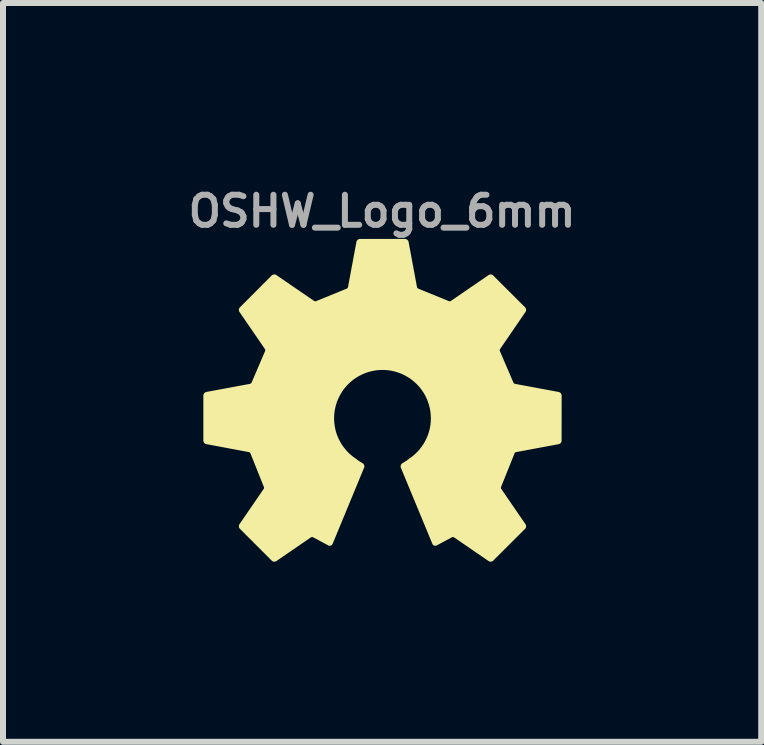
<source format=kicad_pcb>
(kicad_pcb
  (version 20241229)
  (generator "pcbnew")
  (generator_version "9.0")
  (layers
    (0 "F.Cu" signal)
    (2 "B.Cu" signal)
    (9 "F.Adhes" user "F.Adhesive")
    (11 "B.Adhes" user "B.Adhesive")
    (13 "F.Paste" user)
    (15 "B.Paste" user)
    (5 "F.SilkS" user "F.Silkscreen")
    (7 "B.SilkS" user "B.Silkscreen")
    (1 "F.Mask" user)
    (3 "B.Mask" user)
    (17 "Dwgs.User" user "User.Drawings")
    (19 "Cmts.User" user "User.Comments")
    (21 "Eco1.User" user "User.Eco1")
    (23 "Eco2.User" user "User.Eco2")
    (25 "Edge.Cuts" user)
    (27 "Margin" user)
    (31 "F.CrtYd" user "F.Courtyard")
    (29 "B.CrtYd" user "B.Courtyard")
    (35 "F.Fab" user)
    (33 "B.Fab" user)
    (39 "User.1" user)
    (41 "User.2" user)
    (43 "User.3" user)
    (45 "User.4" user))
  (footprint "OSHW_Logo_6mm"
    (layer "F.Cu")
    (at 3.314 3.868)
    (property "Reference" "OSHW_Logo_6mm" (at 0 -3.4 0) (layer "F.Fab") (effects (font (size 0.5 0.5) (thickness 0.1))))
    (attr board_only exclude_from_pos_files exclude_from_bom)
    (fp_poly (pts (xy 0.383 -2.916) (xy 0.384 -2.916) (xy 0.386 -2.916) (xy 0.388 -2.916) (xy 0.389 -2.915) (xy 0.391 -2.915) (xy 0.393 -2.914) (xy 0.394 -2.914) (xy 0.396 -2.913) (xy 0.397 -2.912) (xy 0.399 -2.912) (xy 0.4 -2.911) (xy 0.402 -2.91) (xy 0.403 -2.909) (xy 0.405 -2.908) (xy 0.406 -2.907) (xy 0.407 -2.906) (xy 0.409 -2.904) (xy 0.41 -2.903) (xy 0.411 -2.902) (xy 0.412 -2.901) (xy 0.413 -2.899) (xy 0.414 -2.898) (xy 0.415 -2.897) (xy 0.416 -2.895) (xy 0.417 -2.894) (xy 0.417 -2.892) (xy 0.418 -2.89) (xy 0.419 -2.889) (xy 0.419 -2.887) (xy 0.42 -2.886) (xy 0.42 -2.884) (xy 0.56 -2.132) (xy 0.56 -2.13) (xy 0.561 -2.128) (xy 0.562 -2.125) (xy 0.563 -2.122) (xy 0.565 -2.118) (xy 0.567 -2.115) (xy 0.569 -2.112) (xy 0.571 -2.109) (xy 0.573 -2.106) (xy 0.576 -2.103) (xy 0.579 -2.1) (xy 0.582 -2.098) (xy 0.585 -2.096) (xy 0.588 -2.094) (xy 0.591 -2.092) (xy 0.592 -2.091) (xy 0.594 -2.09) (xy 0.595 -2.09) (xy 0.597 -2.089) (xy 1.101 -1.883) (xy 1.104 -1.881) (xy 1.108 -1.88) (xy 1.111 -1.879) (xy 1.115 -1.879) (xy 1.119 -1.878) (xy 1.122 -1.878) (xy 1.126 -1.878) (xy 1.13 -1.878) (xy 1.134 -1.878) (xy 1.138 -1.879) (xy 1.141 -1.88) (xy 1.145 -1.881) (xy 1.148 -1.882) (xy 1.152 -1.883) (xy 1.155 -1.885) (xy 1.158 -1.887) (xy 1.786 -2.318) (xy 1.788 -2.319) (xy 1.789 -2.32) (xy 1.791 -2.321) (xy 1.792 -2.321) (xy 1.794 -2.322) (xy 1.795 -2.323) (xy 1.797 -2.323) (xy 1.799 -2.324) (xy 1.8 -2.324) (xy 1.802 -2.324) (xy 1.805 -2.325) (xy 1.809 -2.325) (xy 1.812 -2.324) (xy 1.816 -2.324) (xy 1.819 -2.323) (xy 1.822 -2.322) (xy 1.824 -2.322) (xy 1.825 -2.321) (xy 1.827 -2.32) (xy 1.828 -2.32) (xy 1.83 -2.319) (xy 1.831 -2.318) (xy 1.833 -2.317) (xy 1.834 -2.316) (xy 1.835 -2.315) (xy 1.836 -2.313) (xy 2.366 -1.784) (xy 2.367 -1.783) (xy 2.368 -1.782) (xy 2.369 -1.78) (xy 2.37 -1.779) (xy 2.371 -1.778) (xy 2.372 -1.776) (xy 2.373 -1.773) (xy 2.374 -1.77) (xy 2.375 -1.767) (xy 2.376 -1.763) (xy 2.377 -1.76) (xy 2.377 -1.756) (xy 2.377 -1.753) (xy 2.376 -1.75) (xy 2.376 -1.746) (xy 2.375 -1.743) (xy 2.374 -1.741) (xy 2.374 -1.74) (xy 2.373 -1.738) (xy 2.372 -1.737) (xy 2.371 -1.735) (xy 2.37 -1.734) (xy 1.947 -1.116) (xy 1.945 -1.113) (xy 1.943 -1.11) (xy 1.942 -1.107) (xy 1.941 -1.104) (xy 1.94 -1.1) (xy 1.939 -1.096) (xy 1.938 -1.092) (xy 1.938 -1.089) (xy 1.938 -1.085) (xy 1.938 -1.081) (xy 1.938 -1.077) (xy 1.939 -1.074) (xy 1.939 -1.07) (xy 1.94 -1.067) (xy 1.942 -1.063) (xy 1.943 -1.06) (xy 2.166 -0.54) (xy 2.167 -0.537) (xy 2.169 -0.534) (xy 2.171 -0.531) (xy 2.173 -0.527) (xy 2.175 -0.525) (xy 2.178 -0.522) (xy 2.18 -0.519) (xy 2.183 -0.516) (xy 2.186 -0.514) (xy 2.189 -0.512) (xy 2.192 -0.51) (xy 2.196 -0.508) (xy 2.199 -0.506) (xy 2.202 -0.505) (xy 2.206 -0.504) (xy 2.209 -0.503) (xy 2.936 -0.368) (xy 2.936 -0.368) (xy 2.938 -0.367) (xy 2.94 -0.367) (xy 2.941 -0.366) (xy 2.943 -0.366) (xy 2.944 -0.365) (xy 2.946 -0.364) (xy 2.947 -0.364) (xy 2.949 -0.363) (xy 2.952 -0.361) (xy 2.954 -0.359) (xy 2.957 -0.356) (xy 2.959 -0.354) (xy 2.961 -0.351) (xy 2.963 -0.348) (xy 2.965 -0.345) (xy 2.965 -0.344) (xy 2.966 -0.342) (xy 2.967 -0.34) (xy 2.967 -0.339) (xy 2.968 -0.337) (xy 2.968 -0.336) (xy 2.968 -0.334) (xy 2.968 -0.332) (xy 2.968 -0.331) (xy 2.969 -0.329) (xy 2.968 0.42) (xy 2.968 0.421) (xy 2.968 0.423) (xy 2.968 0.425) (xy 2.968 0.426) (xy 2.967 0.428) (xy 2.967 0.43) (xy 2.966 0.431) (xy 2.966 0.433) (xy 2.965 0.434) (xy 2.965 0.436) (xy 2.964 0.438) (xy 2.963 0.439) (xy 2.962 0.441) (xy 2.961 0.442) (xy 2.96 0.443) (xy 2.959 0.445) (xy 2.958 0.446) (xy 2.957 0.447) (xy 2.955 0.448) (xy 2.954 0.45) (xy 2.953 0.451) (xy 2.951 0.452) (xy 2.95 0.453) (xy 2.949 0.454) (xy 2.947 0.455) (xy 2.946 0.455) (xy 2.944 0.456) (xy 2.943 0.457) (xy 2.941 0.457) (xy 2.939 0.458) (xy 2.938 0.458) (xy 2.936 0.459) (xy 2.227 0.591) (xy 2.225 0.591) (xy 2.223 0.591) (xy 2.222 0.592) (xy 2.22 0.592) (xy 2.217 0.594) (xy 2.213 0.595) (xy 2.21 0.597) (xy 2.207 0.599) (xy 2.204 0.602) (xy 2.201 0.604) (xy 2.198 0.607) (xy 2.196 0.609) (xy 2.193 0.612) (xy 2.191 0.615) (xy 2.189 0.618) (xy 2.187 0.621) (xy 2.186 0.625) (xy 2.185 0.626) (xy 2.185 0.628) (xy 1.963 1.181) (xy 1.962 1.184) (xy 1.961 1.188) (xy 1.96 1.191) (xy 1.959 1.195) (xy 1.959 1.198) (xy 1.958 1.202) (xy 1.958 1.206) (xy 1.958 1.21) (xy 1.959 1.214) (xy 1.959 1.217) (xy 1.96 1.221) (xy 1.961 1.225) (xy 1.963 1.228) (xy 1.964 1.232) (xy 1.966 1.235) (xy 1.967 1.238) (xy 2.37 1.825) (xy 2.371 1.826) (xy 2.372 1.828) (xy 2.373 1.829) (xy 2.374 1.831) (xy 2.374 1.832) (xy 2.375 1.834) (xy 2.375 1.836) (xy 2.376 1.837) (xy 2.376 1.839) (xy 2.376 1.84) (xy 2.377 1.844) (xy 2.377 1.847) (xy 2.377 1.851) (xy 2.376 1.854) (xy 2.375 1.858) (xy 2.375 1.861) (xy 2.374 1.862) (xy 2.373 1.864) (xy 2.373 1.865) (xy 2.372 1.867) (xy 2.371 1.868) (xy 2.37 1.87) (xy 2.369 1.871) (xy 2.368 1.873) (xy 2.367 1.874) (xy 2.366 1.875) (xy 1.836 2.404) (xy 1.835 2.406) (xy 1.834 2.407) (xy 1.833 2.408) (xy 1.831 2.409) (xy 1.83 2.41) (xy 1.828 2.41) (xy 1.825 2.412) (xy 1.822 2.413) (xy 1.819 2.414) (xy 1.815 2.415) (xy 1.812 2.415) (xy 1.809 2.415) (xy 1.805 2.415) (xy 1.802 2.415) (xy 1.798 2.414) (xy 1.795 2.413) (xy 1.794 2.413) (xy 1.792 2.412) (xy 1.791 2.412) (xy 1.789 2.411) (xy 1.788 2.41) (xy 1.786 2.409) (xy 1.209 2.013) (xy 1.206 2.011) (xy 1.203 2.01) (xy 1.2 2.008) (xy 1.197 2.007) (xy 1.193 2.006) (xy 1.189 2.006) (xy 1.186 2.005) (xy 1.182 2.005) (xy 1.178 2.005) (xy 1.174 2.005) (xy 1.171 2.006) (xy 1.167 2.006) (xy 1.164 2.007) (xy 1.16 2.008) (xy 1.157 2.01) (xy 1.154 2.011) (xy 0.9 2.147) (xy 0.898 2.148) (xy 0.897 2.148) (xy 0.895 2.149) (xy 0.893 2.149) (xy 0.892 2.15) (xy 0.89 2.15) (xy 0.889 2.15) (xy 0.887 2.15) (xy 0.886 2.15) (xy 0.884 2.15) (xy 0.883 2.15) (xy 0.881 2.15) (xy 0.88 2.15) (xy 0.878 2.15) (xy 0.877 2.149) (xy 0.875 2.149) (xy 0.874 2.148) (xy 0.872 2.147) (xy 0.871 2.147) (xy 0.87 2.146) (xy 0.868 2.145) (xy 0.867 2.144) (xy 0.866 2.143) (xy 0.865 2.142) (xy 0.864 2.141) (xy 0.863 2.14) (xy 0.862 2.139) (xy 0.861 2.137) (xy 0.86 2.136) (xy 0.859 2.135) (xy 0.858 2.133) (xy 0.858 2.132) (xy 0.333 0.864) (xy 0.333 0.863) (xy 0.332 0.861) (xy 0.332 0.859) (xy 0.331 0.858) (xy 0.331 0.856) (xy 0.331 0.854) (xy 0.331 0.853) (xy 0.331 0.851) (xy 0.331 0.849) (xy 0.331 0.848) (xy 0.331 0.846) (xy 0.331 0.844) (xy 0.331 0.843) (xy 0.332 0.841) (xy 0.332 0.839) (xy 0.333 0.838) (xy 0.333 0.836) (xy 0.334 0.835) (xy 0.335 0.833) (xy 0.335 0.832) (xy 0.336 0.83) (xy 0.337 0.829) (xy 0.338 0.827) (xy 0.339 0.826) (xy 0.34 0.825) (xy 0.341 0.823) (xy 0.342 0.822) (xy 0.343 0.821) (xy 0.345 0.82) (xy 0.346 0.819) (xy 0.347 0.818) (xy 0.349 0.817) (xy 0.412 0.778) (xy 0.417 0.775) (xy 0.422 0.772) (xy 0.427 0.768) (xy 0.432 0.764) (xy 0.437 0.76) (xy 0.443 0.756) (xy 0.448 0.751) (xy 0.453 0.747) (xy 0.495 0.718) (xy 0.535 0.687) (xy 0.573 0.653) (xy 0.609 0.617) (xy 0.643 0.579) (xy 0.674 0.539) (xy 0.703 0.497) (xy 0.73 0.453) (xy 0.753 0.407) (xy 0.774 0.36) (xy 0.792 0.312) (xy 0.807 0.262) (xy 0.819 0.21) (xy 0.828 0.158) (xy 0.833 0.104) (xy 0.835 0.05) (xy 0.833 0.007) (xy 0.83 -0.035) (xy 0.825 -0.076) (xy 0.818 -0.117) (xy 0.808 -0.157) (xy 0.797 -0.196) (xy 0.784 -0.235) (xy 0.769 -0.273) (xy 0.753 -0.309) (xy 0.735 -0.345) (xy 0.715 -0.38) (xy 0.693 -0.413) (xy 0.67 -0.446) (xy 0.646 -0.477) (xy 0.619 -0.507) (xy 0.592 -0.536) (xy 0.563 -0.563) (xy 0.533 -0.589) (xy 0.502 -0.614) (xy 0.47 -0.637) (xy 0.436 -0.658) (xy 0.401 -0.678) (xy 0.366 -0.696) (xy 0.329 -0.713) (xy 0.291 -0.728) (xy 0.253 -0.741) (xy 0.214 -0.752) (xy 0.174 -0.761) (xy 0.133 -0.769) (xy 0.091 -0.774) (xy 0.049 -0.777) (xy 0.007 -0.778) (xy -0.036 -0.777) (xy -0.078 -0.774) (xy -0.119 -0.769) (xy -0.16 -0.761) (xy -0.2 -0.752) (xy -0.239 -0.741) (xy -0.278 -0.728) (xy -0.315 -0.713) (xy -0.352 -0.696) (xy -0.388 -0.678) (xy -0.422 -0.658) (xy -0.456 -0.637) (xy -0.489 -0.614) (xy -0.52 -0.589) (xy -0.55 -0.563) (xy -0.579 -0.536) (xy -0.606 -0.507) (xy -0.632 -0.477) (xy -0.657 -0.446) (xy -0.68 -0.413) (xy -0.701 -0.38) (xy -0.721 -0.345) (xy -0.739 -0.309) (xy -0.756 -0.273) (xy -0.771 -0.235) (xy -0.784 -0.196) (xy -0.795 -0.157) (xy -0.804 -0.117) (xy -0.812 -0.076) (xy -0.817 -0.035) (xy -0.82 0.007) (xy -0.821 0.05) (xy -0.821 0.077) (xy -0.819 0.104) (xy -0.817 0.131) (xy -0.814 0.158) (xy -0.81 0.184) (xy -0.805 0.21) (xy -0.8 0.236) (xy -0.794 0.262) (xy -0.787 0.287) (xy -0.779 0.312) (xy -0.77 0.336) (xy -0.761 0.36) (xy -0.751 0.384) (xy -0.74 0.407) (xy -0.716 0.453) (xy -0.69 0.497) (xy -0.661 0.539) (xy -0.629 0.579) (xy -0.596 0.617) (xy -0.56 0.653) (xy -0.521 0.687) (xy -0.481 0.718) (xy -0.439 0.747) (xy -0.434 0.751) (xy -0.429 0.756) (xy -0.424 0.76) (xy -0.419 0.764) (xy -0.413 0.768) (xy -0.408 0.772) (xy -0.403 0.775) (xy -0.399 0.778) (xy -0.335 0.817) (xy -0.334 0.818) (xy -0.332 0.819) (xy -0.331 0.82) (xy -0.33 0.821) (xy -0.329 0.822) (xy -0.327 0.823) (xy -0.325 0.826) (xy -0.323 0.829) (xy -0.322 0.832) (xy -0.32 0.835) (xy -0.319 0.838) (xy -0.318 0.841) (xy -0.317 0.844) (xy -0.317 0.848) (xy -0.317 0.851) (xy -0.317 0.854) (xy -0.317 0.856) (xy -0.318 0.858) (xy -0.318 0.859) (xy -0.319 0.861) (xy -0.319 0.863) (xy -0.32 0.864) (xy -0.844 2.132) (xy -0.845 2.133) (xy -0.846 2.135) (xy -0.846 2.136) (xy -0.847 2.137) (xy -0.848 2.139) (xy -0.849 2.14) (xy -0.85 2.141) (xy -0.851 2.142) (xy -0.853 2.143) (xy -0.854 2.144) (xy -0.855 2.145) (xy -0.856 2.146) (xy -0.858 2.147) (xy -0.859 2.147) (xy -0.86 2.148) (xy -0.862 2.149) (xy -0.863 2.149) (xy -0.865 2.15) (xy -0.866 2.15) (xy -0.868 2.15) (xy -0.869 2.15) (xy -0.871 2.15) (xy -0.872 2.15) (xy -0.874 2.15) (xy -0.875 2.15) (xy -0.877 2.15) (xy -0.878 2.15) (xy -0.88 2.149) (xy -0.881 2.149) (xy -0.883 2.148) (xy -0.885 2.148) (xy -0.886 2.147) (xy -1.14 2.011) (xy -1.143 2.01) (xy -1.147 2.008) (xy -1.15 2.007) (xy -1.154 2.006) (xy -1.157 2.006) (xy -1.161 2.005) (xy -1.165 2.005) (xy -1.168 2.005) (xy -1.172 2.005) (xy -1.176 2.006) (xy -1.179 2.006) (xy -1.183 2.007) (xy -1.186 2.008) (xy -1.19 2.01) (xy -1.193 2.011) (xy -1.196 2.013) (xy -1.773 2.409) (xy -1.774 2.41) (xy -1.775 2.411) (xy -1.777 2.412) (xy -1.778 2.412) (xy -1.78 2.413) (xy -1.782 2.413) (xy -1.783 2.414) (xy -1.785 2.414) (xy -1.787 2.415) (xy -1.788 2.415) (xy -1.792 2.415) (xy -1.795 2.415) (xy -1.799 2.415) (xy -1.802 2.415) (xy -1.805 2.414) (xy -1.809 2.413) (xy -1.81 2.413) (xy -1.812 2.412) (xy -1.813 2.411) (xy -1.815 2.41) (xy -1.816 2.41) (xy -1.818 2.409) (xy -1.819 2.408) (xy -1.82 2.407) (xy -1.822 2.406) (xy -1.823 2.404) (xy -2.352 1.875) (xy -2.353 1.874) (xy -2.354 1.873) (xy -2.355 1.871) (xy -2.356 1.87) (xy -2.357 1.868) (xy -2.358 1.867) (xy -2.36 1.864) (xy -2.361 1.861) (xy -2.362 1.857) (xy -2.363 1.854) (xy -2.363 1.851) (xy -2.363 1.847) (xy -2.363 1.844) (xy -2.363 1.84) (xy -2.362 1.837) (xy -2.361 1.834) (xy -2.361 1.832) (xy -2.36 1.831) (xy -2.359 1.829) (xy -2.359 1.828) (xy -2.358 1.826) (xy -2.357 1.825) (xy -1.954 1.238) (xy -1.952 1.235) (xy -1.95 1.232) (xy -1.949 1.228) (xy -1.948 1.225) (xy -1.947 1.221) (xy -1.946 1.217) (xy -1.945 1.214) (xy -1.945 1.21) (xy -1.945 1.206) (xy -1.945 1.202) (xy -1.945 1.198) (xy -1.946 1.195) (xy -1.946 1.191) (xy -1.947 1.188) (xy -1.948 1.184) (xy -1.95 1.181) (xy -2.171 0.628) (xy -2.172 0.626) (xy -2.172 0.625) (xy -2.174 0.621) (xy -2.176 0.618) (xy -2.178 0.615) (xy -2.18 0.612) (xy -2.182 0.609) (xy -2.185 0.607) (xy -2.188 0.604) (xy -2.191 0.601) (xy -2.194 0.599) (xy -2.197 0.597) (xy -2.2 0.595) (xy -2.203 0.594) (xy -2.207 0.592) (xy -2.21 0.591) (xy -2.212 0.591) (xy -2.213 0.591) (xy -2.923 0.458) (xy -2.924 0.458) (xy -2.926 0.458) (xy -2.928 0.457) (xy -2.929 0.457) (xy -2.931 0.456) (xy -2.932 0.455) (xy -2.934 0.454) (xy -2.935 0.454) (xy -2.937 0.453) (xy -2.938 0.452) (xy -2.941 0.45) (xy -2.943 0.447) (xy -2.945 0.445) (xy -2.948 0.442) (xy -2.949 0.439) (xy -2.951 0.436) (xy -2.952 0.433) (xy -2.953 0.431) (xy -2.953 0.43) (xy -2.954 0.428) (xy -2.954 0.426) (xy -2.955 0.425) (xy -2.955 0.423) (xy -2.955 0.421) (xy -2.955 0.42) (xy -2.955 -0.329) (xy -2.955 -0.331) (xy -2.955 -0.332) (xy -2.955 -0.334) (xy -2.954 -0.336) (xy -2.954 -0.337) (xy -2.954 -0.339) (xy -2.953 -0.341) (xy -2.952 -0.342) (xy -2.952 -0.344) (xy -2.951 -0.345) (xy -2.95 -0.347) (xy -2.949 -0.348) (xy -2.949 -0.35) (xy -2.948 -0.351) (xy -2.947 -0.352) (xy -2.946 -0.354) (xy -2.944 -0.355) (xy -2.943 -0.356) (xy -2.942 -0.358) (xy -2.941 -0.359) (xy -2.939 -0.36) (xy -2.938 -0.361) (xy -2.937 -0.362) (xy -2.935 -0.363) (xy -2.934 -0.364) (xy -2.932 -0.364) (xy -2.931 -0.365) (xy -2.929 -0.366) (xy -2.928 -0.366) (xy -2.926 -0.367) (xy -2.924 -0.367) (xy -2.923 -0.368) (xy -2.195 -0.503) (xy -2.194 -0.503) (xy -2.192 -0.504) (xy -2.189 -0.505) (xy -2.185 -0.506) (xy -2.182 -0.508) (xy -2.179 -0.51) (xy -2.176 -0.512) (xy -2.172 -0.514) (xy -2.17 -0.516) (xy -2.167 -0.519) (xy -2.164 -0.522) (xy -2.161 -0.525) (xy -2.159 -0.527) (xy -2.157 -0.531) (xy -2.155 -0.534) (xy -2.154 -0.537) (xy -2.153 -0.538) (xy -2.152 -0.54) (xy -1.929 -1.06) (xy -1.928 -1.063) (xy -1.927 -1.067) (xy -1.926 -1.07) (xy -1.925 -1.074) (xy -1.925 -1.077) (xy -1.924 -1.081) (xy -1.924 -1.085) (xy -1.924 -1.089) (xy -1.925 -1.092) (xy -1.925 -1.096) (xy -1.926 -1.1) (xy -1.927 -1.104) (xy -1.928 -1.107) (xy -1.93 -1.11) (xy -1.931 -1.113) (xy -1.933 -1.116) (xy -2.357 -1.734) (xy -2.358 -1.735) (xy -2.359 -1.737) (xy -2.359 -1.738) (xy -2.36 -1.74) (xy -2.361 -1.741) (xy -2.361 -1.743) (xy -2.362 -1.745) (xy -2.362 -1.746) (xy -2.362 -1.748) (xy -2.363 -1.75) (xy -2.363 -1.753) (xy -2.363 -1.756) (xy -2.363 -1.76) (xy -2.363 -1.763) (xy -2.362 -1.767) (xy -2.361 -1.77) (xy -2.36 -1.772) (xy -2.36 -1.773) (xy -2.359 -1.775) (xy -2.358 -1.776) (xy -2.357 -1.778) (xy -2.356 -1.779) (xy -2.355 -1.78) (xy -2.354 -1.782) (xy -2.353 -1.783) (xy -2.352 -1.784) (xy -1.823 -2.314) (xy -1.822 -2.315) (xy -1.82 -2.316) (xy -1.819 -2.317) (xy -1.818 -2.318) (xy -1.816 -2.319) (xy -1.815 -2.32) (xy -1.812 -2.321) (xy -1.808 -2.322) (xy -1.805 -2.323) (xy -1.802 -2.324) (xy -1.798 -2.324) (xy -1.795 -2.325) (xy -1.792 -2.325) (xy -1.788 -2.324) (xy -1.785 -2.324) (xy -1.782 -2.323) (xy -1.78 -2.322) (xy -1.778 -2.321) (xy -1.777 -2.321) (xy -1.775 -2.32) (xy -1.774 -2.319) (xy -1.773 -2.318) (xy -1.144 -1.887) (xy -1.141 -1.885) (xy -1.138 -1.883) (xy -1.135 -1.882) (xy -1.131 -1.881) (xy -1.128 -1.88) (xy -1.124 -1.879) (xy -1.12 -1.878) (xy -1.116 -1.878) (xy -1.113 -1.878) (xy -1.109 -1.878) (xy -1.105 -1.878) (xy -1.101 -1.879) (xy -1.098 -1.879) (xy -1.094 -1.88) (xy -1.091 -1.881) (xy -1.088 -1.883) (xy -0.583 -2.089) (xy -0.58 -2.09) (xy -0.577 -2.092) (xy -0.574 -2.094) (xy -0.571 -2.096) (xy -0.568 -2.098) (xy -0.565 -2.1) (xy -0.562 -2.103) (xy -0.56 -2.106) (xy -0.557 -2.109) (xy -0.555 -2.112) (xy -0.553 -2.115) (xy -0.551 -2.118) (xy -0.549 -2.122) (xy -0.548 -2.125) (xy -0.547 -2.128) (xy -0.546 -2.132) (xy -0.406 -2.884) (xy -0.406 -2.886) (xy -0.405 -2.887) (xy -0.405 -2.889) (xy -0.404 -2.89) (xy -0.404 -2.892) (xy -0.403 -2.894) (xy -0.402 -2.895) (xy -0.401 -2.897) (xy -0.4 -2.898) (xy -0.399 -2.899) (xy -0.397 -2.902) (xy -0.395 -2.904) (xy -0.392 -2.907) (xy -0.39 -2.909) (xy -0.387 -2.911) (xy -0.384 -2.912) (xy -0.382 -2.913) (xy -0.381 -2.914) (xy -0.379 -2.914) (xy -0.377 -2.915) (xy -0.376 -2.915) (xy -0.374 -2.916) (xy -0.373 -2.916) (xy -0.371 -2.916) (xy -0.369 -2.916) (xy -0.367 -2.916) (xy 0.381 -2.916)) (stroke (width 0.044) (type solid)) (fill yes) (layer "F.SilkS")))
  (gr_rect
    (start -3 -3)
    (end 9.629 9.306)
    (stroke (width 0.1) (type default))
    (fill no)
    (layer "Edge.Cuts")))
</source>
